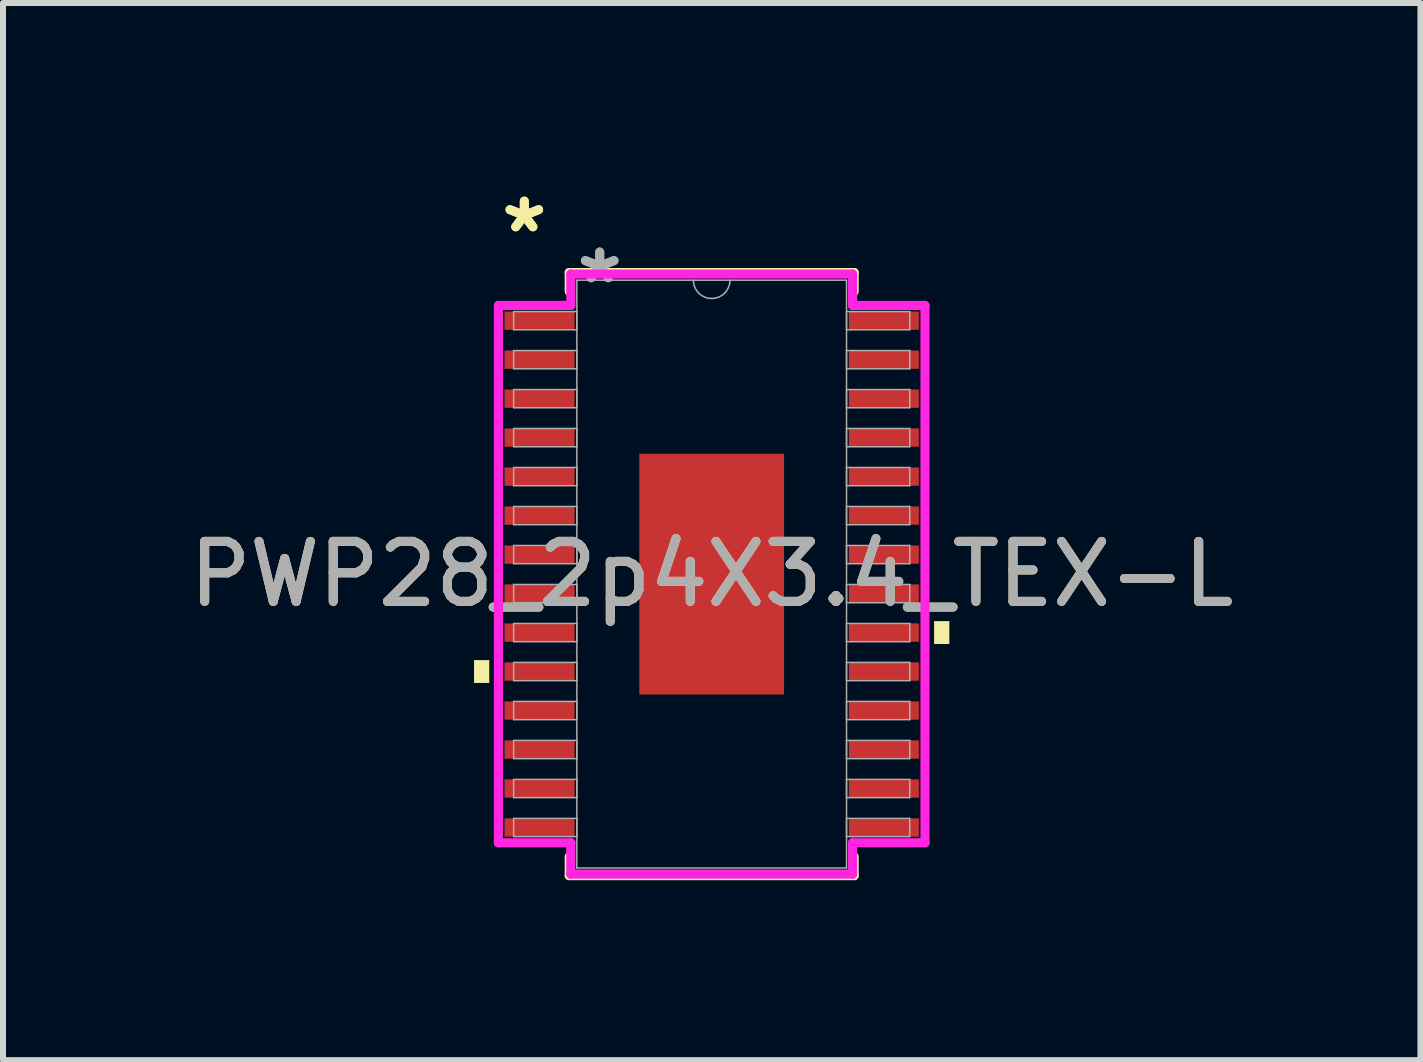
<source format=kicad_pcb>
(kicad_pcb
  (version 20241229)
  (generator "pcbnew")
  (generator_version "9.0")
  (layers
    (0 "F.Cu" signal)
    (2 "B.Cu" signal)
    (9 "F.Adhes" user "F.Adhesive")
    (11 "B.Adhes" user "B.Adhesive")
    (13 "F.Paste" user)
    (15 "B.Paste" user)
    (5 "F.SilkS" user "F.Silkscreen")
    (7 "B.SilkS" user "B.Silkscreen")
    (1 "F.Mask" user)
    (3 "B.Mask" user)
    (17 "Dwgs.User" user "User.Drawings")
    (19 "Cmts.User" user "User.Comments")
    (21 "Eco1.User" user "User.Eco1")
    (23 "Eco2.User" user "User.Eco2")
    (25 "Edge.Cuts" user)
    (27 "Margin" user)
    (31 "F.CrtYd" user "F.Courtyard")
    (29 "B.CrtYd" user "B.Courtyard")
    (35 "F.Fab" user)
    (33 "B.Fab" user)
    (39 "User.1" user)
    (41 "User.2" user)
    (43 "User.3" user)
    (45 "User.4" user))
  (footprint "PWP28_2p4X3.4_TEX-L"
    (layer "F.Cu")
    (at 8.815 6.521)
    (property "Reference" "PWP28_2p4X3.4_TEX-L" (at 0 0 0) (unlocked yes) (layer "F.SilkS") (effects (font (size 1 1) (thickness 0.15))))
    (attr smd)
    (fp_line (start -2.375 -5.027) (end -2.375 -4.71) (stroke (width 0.152) (type solid)) (layer "F.SilkS"))
    (fp_line (start -2.375 4.71) (end -2.375 5.027) (stroke (width 0.152) (type solid)) (layer "F.SilkS"))
    (fp_line (start -2.375 5.027) (end 2.375 5.027) (stroke (width 0.152) (type solid)) (layer "F.SilkS"))
    (fp_line (start 2.375 -5.027) (end -2.375 -5.027) (stroke (width 0.152) (type solid)) (layer "F.SilkS"))
    (fp_line (start 2.375 -4.71) (end 2.375 -5.027) (stroke (width 0.152) (type solid)) (layer "F.SilkS"))
    (fp_line (start 2.375 5.027) (end 2.375 4.71) (stroke (width 0.152) (type solid)) (layer "F.SilkS"))
    (fp_poly (pts (xy -3.962 1.434) (xy -3.962 1.815) (xy -3.708 1.815) (xy -3.708 1.434)) (stroke (width 0) (type solid)) (fill yes) (layer "F.SilkS"))
    (fp_poly (pts (xy 3.962 0.784) (xy 3.962 1.165) (xy 3.708 1.165) (xy 3.708 0.784)) (stroke (width 0) (type solid)) (fill yes) (layer "F.SilkS"))
    (fp_poly (pts (xy -1.107 -1.907) (xy -1.107 -0.769) (xy 1.107 -0.769) (xy 1.107 -1.907)) (stroke (width 0) (type solid)) (fill yes) (layer "F.Paste"))
    (fp_poly (pts (xy -1.107 -0.569) (xy -1.107 0.569) (xy 1.107 0.569) (xy 1.107 -0.569)) (stroke (width 0) (type solid)) (fill yes) (layer "F.Paste"))
    (fp_poly (pts (xy -1.107 0.769) (xy -1.107 1.907) (xy 1.107 1.907) (xy 1.107 0.769)) (stroke (width 0) (type solid)) (fill yes) (layer "F.Paste"))
    (fp_line (start -3.556 -4.479) (end -2.349 -4.479) (stroke (width 0.152) (type solid)) (layer "F.CrtYd"))
    (fp_line (start -3.556 4.479) (end -3.556 -4.479) (stroke (width 0.152) (type solid)) (layer "F.CrtYd"))
    (fp_line (start -3.556 4.479) (end -2.349 4.479) (stroke (width 0.152) (type solid)) (layer "F.CrtYd"))
    (fp_line (start -2.349 -5.002) (end 2.349 -5.002) (stroke (width 0.152) (type solid)) (layer "F.CrtYd"))
    (fp_line (start -2.349 -4.479) (end -2.349 -5.002) (stroke (width 0.152) (type solid)) (layer "F.CrtYd"))
    (fp_line (start -2.349 5.002) (end -2.349 4.479) (stroke (width 0.152) (type solid)) (layer "F.CrtYd"))
    (fp_line (start 2.349 -5.002) (end 2.349 -4.479) (stroke (width 0.152) (type solid)) (layer "F.CrtYd"))
    (fp_line (start 2.349 4.479) (end 2.349 5.002) (stroke (width 0.152) (type solid)) (layer "F.CrtYd"))
    (fp_line (start 2.349 5.002) (end -2.349 5.002) (stroke (width 0.152) (type solid)) (layer "F.CrtYd"))
    (fp_line (start 3.556 -4.479) (end 2.349 -4.479) (stroke (width 0.152) (type solid)) (layer "F.CrtYd"))
    (fp_line (start 3.556 -4.479) (end 3.556 4.479) (stroke (width 0.152) (type solid)) (layer "F.CrtYd"))
    (fp_line (start 3.556 4.479) (end 2.349 4.479) (stroke (width 0.152) (type solid)) (layer "F.CrtYd"))
    (fp_line (start -3.302 -4.377) (end -3.302 -4.073) (stroke (width 0.025) (type solid)) (layer "F.Fab"))
    (fp_line (start -3.302 -4.073) (end -2.248 -4.073) (stroke (width 0.025) (type solid)) (layer "F.Fab"))
    (fp_line (start -3.302 -3.727) (end -3.302 -3.423) (stroke (width 0.025) (type solid)) (layer "F.Fab"))
    (fp_line (start -3.302 -3.423) (end -2.248 -3.423) (stroke (width 0.025) (type solid)) (layer "F.Fab"))
    (fp_line (start -3.302 -3.077) (end -3.302 -2.773) (stroke (width 0.025) (type solid)) (layer "F.Fab"))
    (fp_line (start -3.302 -2.773) (end -2.248 -2.773) (stroke (width 0.025) (type solid)) (layer "F.Fab"))
    (fp_line (start -3.302 -2.427) (end -3.302 -2.123) (stroke (width 0.025) (type solid)) (layer "F.Fab"))
    (fp_line (start -3.302 -2.123) (end -2.248 -2.123) (stroke (width 0.025) (type solid)) (layer "F.Fab"))
    (fp_line (start -3.302 -1.777) (end -3.302 -1.473) (stroke (width 0.025) (type solid)) (layer "F.Fab"))
    (fp_line (start -3.302 -1.473) (end -2.248 -1.473) (stroke (width 0.025) (type solid)) (layer "F.Fab"))
    (fp_line (start -3.302 -1.127) (end -3.302 -0.823) (stroke (width 0.025) (type solid)) (layer "F.Fab"))
    (fp_line (start -3.302 -0.823) (end -2.248 -0.823) (stroke (width 0.025) (type solid)) (layer "F.Fab"))
    (fp_line (start -3.302 -0.477) (end -3.302 -0.173) (stroke (width 0.025) (type solid)) (layer "F.Fab"))
    (fp_line (start -3.302 -0.173) (end -2.248 -0.173) (stroke (width 0.025) (type solid)) (layer "F.Fab"))
    (fp_line (start -3.302 0.173) (end -3.302 0.477) (stroke (width 0.025) (type solid)) (layer "F.Fab"))
    (fp_line (start -3.302 0.477) (end -2.248 0.477) (stroke (width 0.025) (type solid)) (layer "F.Fab"))
    (fp_line (start -3.302 0.823) (end -3.302 1.127) (stroke (width 0.025) (type solid)) (layer "F.Fab"))
    (fp_line (start -3.302 1.127) (end -2.248 1.127) (stroke (width 0.025) (type solid)) (layer "F.Fab"))
    (fp_line (start -3.302 1.473) (end -3.302 1.777) (stroke (width 0.025) (type solid)) (layer "F.Fab"))
    (fp_line (start -3.302 1.777) (end -2.248 1.777) (stroke (width 0.025) (type solid)) (layer "F.Fab"))
    (fp_line (start -3.302 2.123) (end -3.302 2.427) (stroke (width 0.025) (type solid)) (layer "F.Fab"))
    (fp_line (start -3.302 2.427) (end -2.248 2.427) (stroke (width 0.025) (type solid)) (layer "F.Fab"))
    (fp_line (start -3.302 2.773) (end -3.302 3.077) (stroke (width 0.025) (type solid)) (layer "F.Fab"))
    (fp_line (start -3.302 3.077) (end -2.248 3.077) (stroke (width 0.025) (type solid)) (layer "F.Fab"))
    (fp_line (start -3.302 3.423) (end -3.302 3.727) (stroke (width 0.025) (type solid)) (layer "F.Fab"))
    (fp_line (start -3.302 3.727) (end -2.248 3.727) (stroke (width 0.025) (type solid)) (layer "F.Fab"))
    (fp_line (start -3.302 4.073) (end -3.302 4.377) (stroke (width 0.025) (type solid)) (layer "F.Fab"))
    (fp_line (start -3.302 4.377) (end -2.248 4.377) (stroke (width 0.025) (type solid)) (layer "F.Fab"))
    (fp_line (start -2.248 -4.9) (end -2.248 4.9) (stroke (width 0.025) (type solid)) (layer "F.Fab"))
    (fp_line (start -2.248 -4.377) (end -3.302 -4.377) (stroke (width 0.025) (type solid)) (layer "F.Fab"))
    (fp_line (start -2.248 -4.073) (end -2.248 -4.377) (stroke (width 0.025) (type solid)) (layer "F.Fab"))
    (fp_line (start -2.248 -3.727) (end -3.302 -3.727) (stroke (width 0.025) (type solid)) (layer "F.Fab"))
    (fp_line (start -2.248 -3.423) (end -2.248 -3.727) (stroke (width 0.025) (type solid)) (layer "F.Fab"))
    (fp_line (start -2.248 -3.077) (end -3.302 -3.077) (stroke (width 0.025) (type solid)) (layer "F.Fab"))
    (fp_line (start -2.248 -2.773) (end -2.248 -3.077) (stroke (width 0.025) (type solid)) (layer "F.Fab"))
    (fp_line (start -2.248 -2.427) (end -3.302 -2.427) (stroke (width 0.025) (type solid)) (layer "F.Fab"))
    (fp_line (start -2.248 -2.123) (end -2.248 -2.427) (stroke (width 0.025) (type solid)) (layer "F.Fab"))
    (fp_line (start -2.248 -1.777) (end -3.302 -1.777) (stroke (width 0.025) (type solid)) (layer "F.Fab"))
    (fp_line (start -2.248 -1.473) (end -2.248 -1.777) (stroke (width 0.025) (type solid)) (layer "F.Fab"))
    (fp_line (start -2.248 -1.127) (end -3.302 -1.127) (stroke (width 0.025) (type solid)) (layer "F.Fab"))
    (fp_line (start -2.248 -0.823) (end -2.248 -1.127) (stroke (width 0.025) (type solid)) (layer "F.Fab"))
    (fp_line (start -2.248 -0.477) (end -3.302 -0.477) (stroke (width 0.025) (type solid)) (layer "F.Fab"))
    (fp_line (start -2.248 -0.173) (end -2.248 -0.477) (stroke (width 0.025) (type solid)) (layer "F.Fab"))
    (fp_line (start -2.248 0.173) (end -3.302 0.173) (stroke (width 0.025) (type solid)) (layer "F.Fab"))
    (fp_line (start -2.248 0.477) (end -2.248 0.173) (stroke (width 0.025) (type solid)) (layer "F.Fab"))
    (fp_line (start -2.248 0.823) (end -3.302 0.823) (stroke (width 0.025) (type solid)) (layer "F.Fab"))
    (fp_line (start -2.248 1.127) (end -2.248 0.823) (stroke (width 0.025) (type solid)) (layer "F.Fab"))
    (fp_line (start -2.248 1.473) (end -3.302 1.473) (stroke (width 0.025) (type solid)) (layer "F.Fab"))
    (fp_line (start -2.248 1.777) (end -2.248 1.473) (stroke (width 0.025) (type solid)) (layer "F.Fab"))
    (fp_line (start -2.248 2.123) (end -3.302 2.123) (stroke (width 0.025) (type solid)) (layer "F.Fab"))
    (fp_line (start -2.248 2.427) (end -2.248 2.123) (stroke (width 0.025) (type solid)) (layer "F.Fab"))
    (fp_line (start -2.248 2.773) (end -3.302 2.773) (stroke (width 0.025) (type solid)) (layer "F.Fab"))
    (fp_line (start -2.248 3.077) (end -2.248 2.773) (stroke (width 0.025) (type solid)) (layer "F.Fab"))
    (fp_line (start -2.248 3.423) (end -3.302 3.423) (stroke (width 0.025) (type solid)) (layer "F.Fab"))
    (fp_line (start -2.248 3.727) (end -2.248 3.423) (stroke (width 0.025) (type solid)) (layer "F.Fab"))
    (fp_line (start -2.248 4.073) (end -3.302 4.073) (stroke (width 0.025) (type solid)) (layer "F.Fab"))
    (fp_line (start -2.248 4.377) (end -2.248 4.073) (stroke (width 0.025) (type solid)) (layer "F.Fab"))
    (fp_line (start -2.248 4.9) (end 2.248 4.9) (stroke (width 0.025) (type solid)) (layer "F.Fab"))
    (fp_line (start 2.248 -4.9) (end -2.248 -4.9) (stroke (width 0.025) (type solid)) (layer "F.Fab"))
    (fp_line (start 2.248 -4.377) (end 2.248 -4.073) (stroke (width 0.025) (type solid)) (layer "F.Fab"))
    (fp_line (start 2.248 -4.073) (end 3.302 -4.073) (stroke (width 0.025) (type solid)) (layer "F.Fab"))
    (fp_line (start 2.248 -3.727) (end 2.248 -3.423) (stroke (width 0.025) (type solid)) (layer "F.Fab"))
    (fp_line (start 2.248 -3.423) (end 3.302 -3.423) (stroke (width 0.025) (type solid)) (layer "F.Fab"))
    (fp_line (start 2.248 -3.077) (end 2.248 -2.773) (stroke (width 0.025) (type solid)) (layer "F.Fab"))
    (fp_line (start 2.248 -2.773) (end 3.302 -2.773) (stroke (width 0.025) (type solid)) (layer "F.Fab"))
    (fp_line (start 2.248 -2.427) (end 2.248 -2.123) (stroke (width 0.025) (type solid)) (layer "F.Fab"))
    (fp_line (start 2.248 -2.123) (end 3.302 -2.123) (stroke (width 0.025) (type solid)) (layer "F.Fab"))
    (fp_line (start 2.248 -1.777) (end 2.248 -1.473) (stroke (width 0.025) (type solid)) (layer "F.Fab"))
    (fp_line (start 2.248 -1.473) (end 3.302 -1.473) (stroke (width 0.025) (type solid)) (layer "F.Fab"))
    (fp_line (start 2.248 -1.127) (end 2.248 -0.823) (stroke (width 0.025) (type solid)) (layer "F.Fab"))
    (fp_line (start 2.248 -0.823) (end 3.302 -0.823) (stroke (width 0.025) (type solid)) (layer "F.Fab"))
    (fp_line (start 2.248 -0.477) (end 2.248 -0.173) (stroke (width 0.025) (type solid)) (layer "F.Fab"))
    (fp_line (start 2.248 -0.173) (end 3.302 -0.173) (stroke (width 0.025) (type solid)) (layer "F.Fab"))
    (fp_line (start 2.248 0.173) (end 2.248 0.477) (stroke (width 0.025) (type solid)) (layer "F.Fab"))
    (fp_line (start 2.248 0.477) (end 3.302 0.477) (stroke (width 0.025) (type solid)) (layer "F.Fab"))
    (fp_line (start 2.248 0.823) (end 2.248 1.127) (stroke (width 0.025) (type solid)) (layer "F.Fab"))
    (fp_line (start 2.248 1.127) (end 3.302 1.127) (stroke (width 0.025) (type solid)) (layer "F.Fab"))
    (fp_line (start 2.248 1.473) (end 2.248 1.777) (stroke (width 0.025) (type solid)) (layer "F.Fab"))
    (fp_line (start 2.248 1.777) (end 3.302 1.777) (stroke (width 0.025) (type solid)) (layer "F.Fab"))
    (fp_line (start 2.248 2.123) (end 2.248 2.427) (stroke (width 0.025) (type solid)) (layer "F.Fab"))
    (fp_line (start 2.248 2.427) (end 3.302 2.427) (stroke (width 0.025) (type solid)) (layer "F.Fab"))
    (fp_line (start 2.248 2.773) (end 2.248 3.077) (stroke (width 0.025) (type solid)) (layer "F.Fab"))
    (fp_line (start 2.248 3.077) (end 3.302 3.077) (stroke (width 0.025) (type solid)) (layer "F.Fab"))
    (fp_line (start 2.248 3.423) (end 2.248 3.727) (stroke (width 0.025) (type solid)) (layer "F.Fab"))
    (fp_line (start 2.248 3.727) (end 3.302 3.727) (stroke (width 0.025) (type solid)) (layer "F.Fab"))
    (fp_line (start 2.248 4.073) (end 2.248 4.377) (stroke (width 0.025) (type solid)) (layer "F.Fab"))
    (fp_line (start 2.248 4.377) (end 3.302 4.377) (stroke (width 0.025) (type solid)) (layer "F.Fab"))
    (fp_line (start 2.248 4.9) (end 2.248 -4.9) (stroke (width 0.025) (type solid)) (layer "F.Fab"))
    (fp_line (start 3.302 -4.377) (end 2.248 -4.377) (stroke (width 0.025) (type solid)) (layer "F.Fab"))
    (fp_line (start 3.302 -4.073) (end 3.302 -4.377) (stroke (width 0.025) (type solid)) (layer "F.Fab"))
    (fp_line (start 3.302 -3.727) (end 2.248 -3.727) (stroke (width 0.025) (type solid)) (layer "F.Fab"))
    (fp_line (start 3.302 -3.423) (end 3.302 -3.727) (stroke (width 0.025) (type solid)) (layer "F.Fab"))
    (fp_line (start 3.302 -3.077) (end 2.248 -3.077) (stroke (width 0.025) (type solid)) (layer "F.Fab"))
    (fp_line (start 3.302 -2.773) (end 3.302 -3.077) (stroke (width 0.025) (type solid)) (layer "F.Fab"))
    (fp_line (start 3.302 -2.427) (end 2.248 -2.427) (stroke (width 0.025) (type solid)) (layer "F.Fab"))
    (fp_line (start 3.302 -2.123) (end 3.302 -2.427) (stroke (width 0.025) (type solid)) (layer "F.Fab"))
    (fp_line (start 3.302 -1.777) (end 2.248 -1.777) (stroke (width 0.025) (type solid)) (layer "F.Fab"))
    (fp_line (start 3.302 -1.473) (end 3.302 -1.777) (stroke (width 0.025) (type solid)) (layer "F.Fab"))
    (fp_line (start 3.302 -1.127) (end 2.248 -1.127) (stroke (width 0.025) (type solid)) (layer "F.Fab"))
    (fp_line (start 3.302 -0.823) (end 3.302 -1.127) (stroke (width 0.025) (type solid)) (layer "F.Fab"))
    (fp_line (start 3.302 -0.477) (end 2.248 -0.477) (stroke (width 0.025) (type solid)) (layer "F.Fab"))
    (fp_line (start 3.302 -0.173) (end 3.302 -0.477) (stroke (width 0.025) (type solid)) (layer "F.Fab"))
    (fp_line (start 3.302 0.173) (end 2.248 0.173) (stroke (width 0.025) (type solid)) (layer "F.Fab"))
    (fp_line (start 3.302 0.477) (end 3.302 0.173) (stroke (width 0.025) (type solid)) (layer "F.Fab"))
    (fp_line (start 3.302 0.823) (end 2.248 0.823) (stroke (width 0.025) (type solid)) (layer "F.Fab"))
    (fp_line (start 3.302 1.127) (end 3.302 0.823) (stroke (width 0.025) (type solid)) (layer "F.Fab"))
    (fp_line (start 3.302 1.473) (end 2.248 1.473) (stroke (width 0.025) (type solid)) (layer "F.Fab"))
    (fp_line (start 3.302 1.777) (end 3.302 1.473) (stroke (width 0.025) (type solid)) (layer "F.Fab"))
    (fp_line (start 3.302 2.123) (end 2.248 2.123) (stroke (width 0.025) (type solid)) (layer "F.Fab"))
    (fp_line (start 3.302 2.427) (end 3.302 2.123) (stroke (width 0.025) (type solid)) (layer "F.Fab"))
    (fp_line (start 3.302 2.773) (end 2.248 2.773) (stroke (width 0.025) (type solid)) (layer "F.Fab"))
    (fp_line (start 3.302 3.077) (end 3.302 2.773) (stroke (width 0.025) (type solid)) (layer "F.Fab"))
    (fp_line (start 3.302 3.423) (end 2.248 3.423) (stroke (width 0.025) (type solid)) (layer "F.Fab"))
    (fp_line (start 3.302 3.727) (end 3.302 3.423) (stroke (width 0.025) (type solid)) (layer "F.Fab"))
    (fp_line (start 3.302 4.073) (end 2.248 4.073) (stroke (width 0.025) (type solid)) (layer "F.Fab"))
    (fp_line (start 3.302 4.377) (end 3.302 4.073) (stroke (width 0.025) (type solid)) (layer "F.Fab"))
    (fp_arc (start 0.3048 -4.900001) (mid 0 -4.595201) (end -0.3048 -4.900001) (stroke (width 0.0254) (type solid)) (layer "F.Fab"))
    (fp_text user "*" (at -3.124 -5.673 0) (unlocked yes) (layer "F.SilkS") (effects (font (size 1 1) (thickness 0.15))))
    (fp_text user "*" (at -3.124 -5.673 0) (layer "F.SilkS") (effects (font (size 1 1) (thickness 0.15))))
    (fp_text user "*" (at -1.867 -4.824 0) (layer "F.Fab") (effects (font (size 1 1) (thickness 0.15))))
    (fp_text user "${REFERENCE}" (at 0 0 0) (unlocked yes) (layer "F.Fab") (effects (font (size 1 1) (thickness 0.15))))
    (fp_text user "*" (at -1.867 -4.824 0) (unlocked yes) (layer "F.Fab") (effects (font (size 1 1) (thickness 0.15))))
    (pad "1" smd rect (at -2.87 -4.225) (size 1.168 0.305) (layers "F.Cu" "F.Mask" "F.Paste"))
    (pad "2" smd rect (at -2.87 -3.575) (size 1.168 0.305) (layers "F.Cu" "F.Mask" "F.Paste"))
    (pad "3" smd rect (at -2.87 -2.925) (size 1.168 0.305) (layers "F.Cu" "F.Mask" "F.Paste"))
    (pad "4" smd rect (at -2.87 -2.275) (size 1.168 0.305) (layers "F.Cu" "F.Mask" "F.Paste"))
    (pad "5" smd rect (at -2.87 -1.625) (size 1.168 0.305) (layers "F.Cu" "F.Mask" "F.Paste"))
    (pad "6" smd rect (at -2.87 -0.975) (size 1.168 0.305) (layers "F.Cu" "F.Mask" "F.Paste"))
    (pad "7" smd rect (at -2.87 -0.325) (size 1.168 0.305) (layers "F.Cu" "F.Mask" "F.Paste"))
    (pad "8" smd rect (at -2.87 0.325) (size 1.168 0.305) (layers "F.Cu" "F.Mask" "F.Paste"))
    (pad "9" smd rect (at -2.87 0.975) (size 1.168 0.305) (layers "F.Cu" "F.Mask" "F.Paste"))
    (pad "10" smd rect (at -2.87 1.625) (size 1.168 0.305) (layers "F.Cu" "F.Mask" "F.Paste"))
    (pad "11" smd rect (at -2.87 2.275) (size 1.168 0.305) (layers "F.Cu" "F.Mask" "F.Paste"))
    (pad "12" smd rect (at -2.87 2.925) (size 1.168 0.305) (layers "F.Cu" "F.Mask" "F.Paste"))
    (pad "13" smd rect (at -2.87 3.575) (size 1.168 0.305) (layers "F.Cu" "F.Mask" "F.Paste"))
    (pad "14" smd rect (at -2.87 4.225) (size 1.168 0.305) (layers "F.Cu" "F.Mask" "F.Paste"))
    (pad "15" smd rect (at 2.87 4.225) (size 1.168 0.305) (layers "F.Cu" "F.Mask" "F.Paste"))
    (pad "16" smd rect (at 2.87 3.575) (size 1.168 0.305) (layers "F.Cu" "F.Mask" "F.Paste"))
    (pad "17" smd rect (at 2.87 2.925) (size 1.168 0.305) (layers "F.Cu" "F.Mask" "F.Paste"))
    (pad "18" smd rect (at 2.87 2.275) (size 1.168 0.305) (layers "F.Cu" "F.Mask" "F.Paste"))
    (pad "19" smd rect (at 2.87 1.625) (size 1.168 0.305) (layers "F.Cu" "F.Mask" "F.Paste"))
    (pad "20" smd rect (at 2.87 0.975) (size 1.168 0.305) (layers "F.Cu" "F.Mask" "F.Paste"))
    (pad "21" smd rect (at 2.87 0.325) (size 1.168 0.305) (layers "F.Cu" "F.Mask" "F.Paste"))
    (pad "22" smd rect (at 2.87 -0.325) (size 1.168 0.305) (layers "F.Cu" "F.Mask" "F.Paste"))
    (pad "23" smd rect (at 2.87 -0.975) (size 1.168 0.305) (layers "F.Cu" "F.Mask" "F.Paste"))
    (pad "24" smd rect (at 2.87 -1.625) (size 1.168 0.305) (layers "F.Cu" "F.Mask" "F.Paste"))
    (pad "25" smd rect (at 2.87 -2.275) (size 1.168 0.305) (layers "F.Cu" "F.Mask" "F.Paste"))
    (pad "26" smd rect (at 2.87 -2.925) (size 1.168 0.305) (layers "F.Cu" "F.Mask" "F.Paste"))
    (pad "27" smd rect (at 2.87 -3.575) (size 1.168 0.305) (layers "F.Cu" "F.Mask" "F.Paste"))
    (pad "28" smd rect (at 2.87 -4.225) (size 1.168 0.305) (layers "F.Cu" "F.Mask" "F.Paste"))
    (pad "EPAD" smd rect (at 0 0) (size 2.413 4.013) (layers "F.Cu" "F.Mask")))
  (gr_rect
    (start -3 -3)
    (end 20.631 14.624)
    (stroke (width 0.1) (type default))
    (fill no)
    (layer "Edge.Cuts")))
</source>
